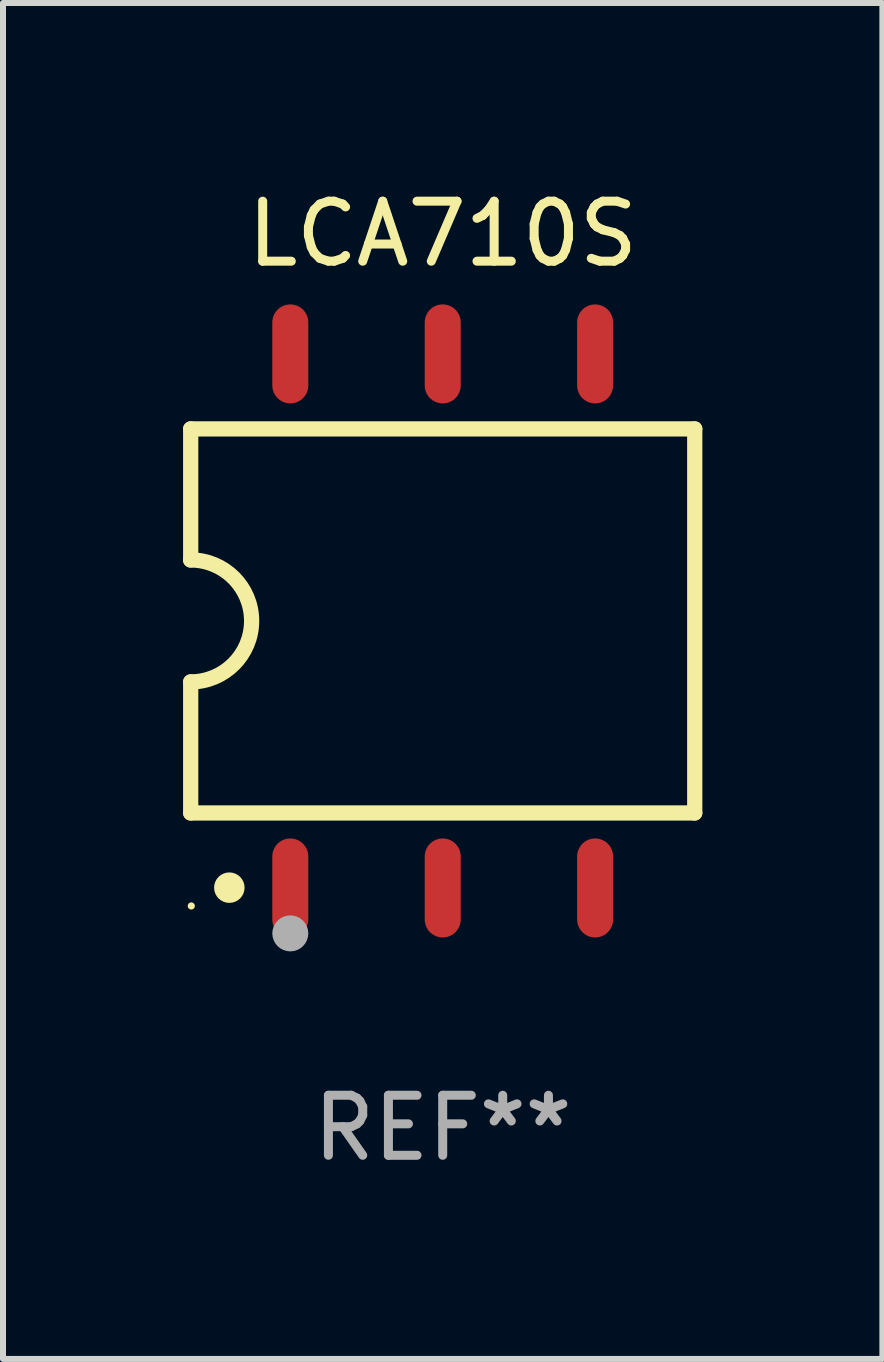
<source format=kicad_pcb>
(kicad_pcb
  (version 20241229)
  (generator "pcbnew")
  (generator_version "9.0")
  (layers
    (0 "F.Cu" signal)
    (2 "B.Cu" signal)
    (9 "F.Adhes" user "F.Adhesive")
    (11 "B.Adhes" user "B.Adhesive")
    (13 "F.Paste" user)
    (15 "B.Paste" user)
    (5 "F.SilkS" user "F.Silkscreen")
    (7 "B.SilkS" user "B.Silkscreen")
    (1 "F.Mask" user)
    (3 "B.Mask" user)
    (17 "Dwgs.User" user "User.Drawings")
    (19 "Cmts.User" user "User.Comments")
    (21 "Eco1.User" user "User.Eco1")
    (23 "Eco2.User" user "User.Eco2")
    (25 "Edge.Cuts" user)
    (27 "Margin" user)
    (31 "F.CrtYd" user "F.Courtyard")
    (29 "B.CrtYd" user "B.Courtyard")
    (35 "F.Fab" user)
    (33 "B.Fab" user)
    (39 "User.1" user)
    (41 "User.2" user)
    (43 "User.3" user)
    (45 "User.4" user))
  (footprint "LCA710S"
    (layer "F.Cu")
    (at 4.328 7.298)
    (property "Reference" "LCA710S" (at 0 -6.45 0) (layer "F.SilkS") (effects (font (size 1 1) (thickness 0.15))))
    (attr through_hole)
    (fp_line (start -4.2 -3.2) (end -4.2 -1.016) (stroke (width 0.254) (type solid)) (layer "F.SilkS"))
    (fp_line (start -4.2 -3.2) (end 4.2 -3.2) (stroke (width 0.254) (type solid)) (layer "F.SilkS"))
    (fp_line (start -4.2 3.2) (end -4.2 1.016) (stroke (width 0.254) (type solid)) (layer "F.SilkS"))
    (fp_line (start 4.2 -3.2) (end 4.2 3.2) (stroke (width 0.254) (type solid)) (layer "F.SilkS"))
    (fp_line (start 4.2 3.2) (end -4.2 3.2) (stroke (width 0.254) (type solid)) (layer "F.SilkS"))
    (fp_arc (start -4.201169 -1.016003) (mid -3.185166 -0.000585) (end -4.2 1.016002) (stroke (width 0.254001) (type solid)) (layer "F.SilkS"))
    (fp_circle (center -4.19 4.75) (end -4.16 4.75) (stroke (width 0.06) (type solid)) (fill no) (layer "F.SilkS"))
    (fp_circle (center -3.556 4.445) (end -3.429 4.445) (stroke (width 0.254) (type solid)) (fill no) (layer "F.SilkS"))
    (fp_circle (center -2.54 5.207) (end -2.39 5.207) (stroke (width 0.3) (type solid)) (fill no) (layer "F.Fab"))
    (fp_text user "REF**" (at 0 8.45 0) (layer "F.Fab") (effects (font (size 1 1) (thickness 0.15))))
    (pad "1" smd oval (at -2.54 4.45 90) (size 1.65 0.6) (layers "F.Cu" "F.Mask" "F.Paste"))
    (pad "2" smd oval (at 0 4.45 90) (size 1.65 0.6) (layers "F.Cu" "F.Mask" "F.Paste"))
    (pad "3" smd oval (at 2.54 4.45 90) (size 1.65 0.6) (layers "F.Cu" "F.Mask" "F.Paste"))
    (pad "4" smd oval (at 2.54 -4.45 90) (size 1.65 0.6) (layers "F.Cu" "F.Mask" "F.Paste"))
    (pad "5" smd oval (at 0 -4.45 90) (size 1.65 0.6) (layers "F.Cu" "F.Mask" "F.Paste"))
    (pad "6" smd oval (at -2.54 -4.45 90) (size 1.65 0.6) (layers "F.Cu" "F.Mask" "F.Paste")))
  (gr_rect
    (start -3 -3)
    (end 11.655 19.597)
    (stroke (width 0.1) (type default))
    (fill no)
    (layer "Edge.Cuts")))
</source>
